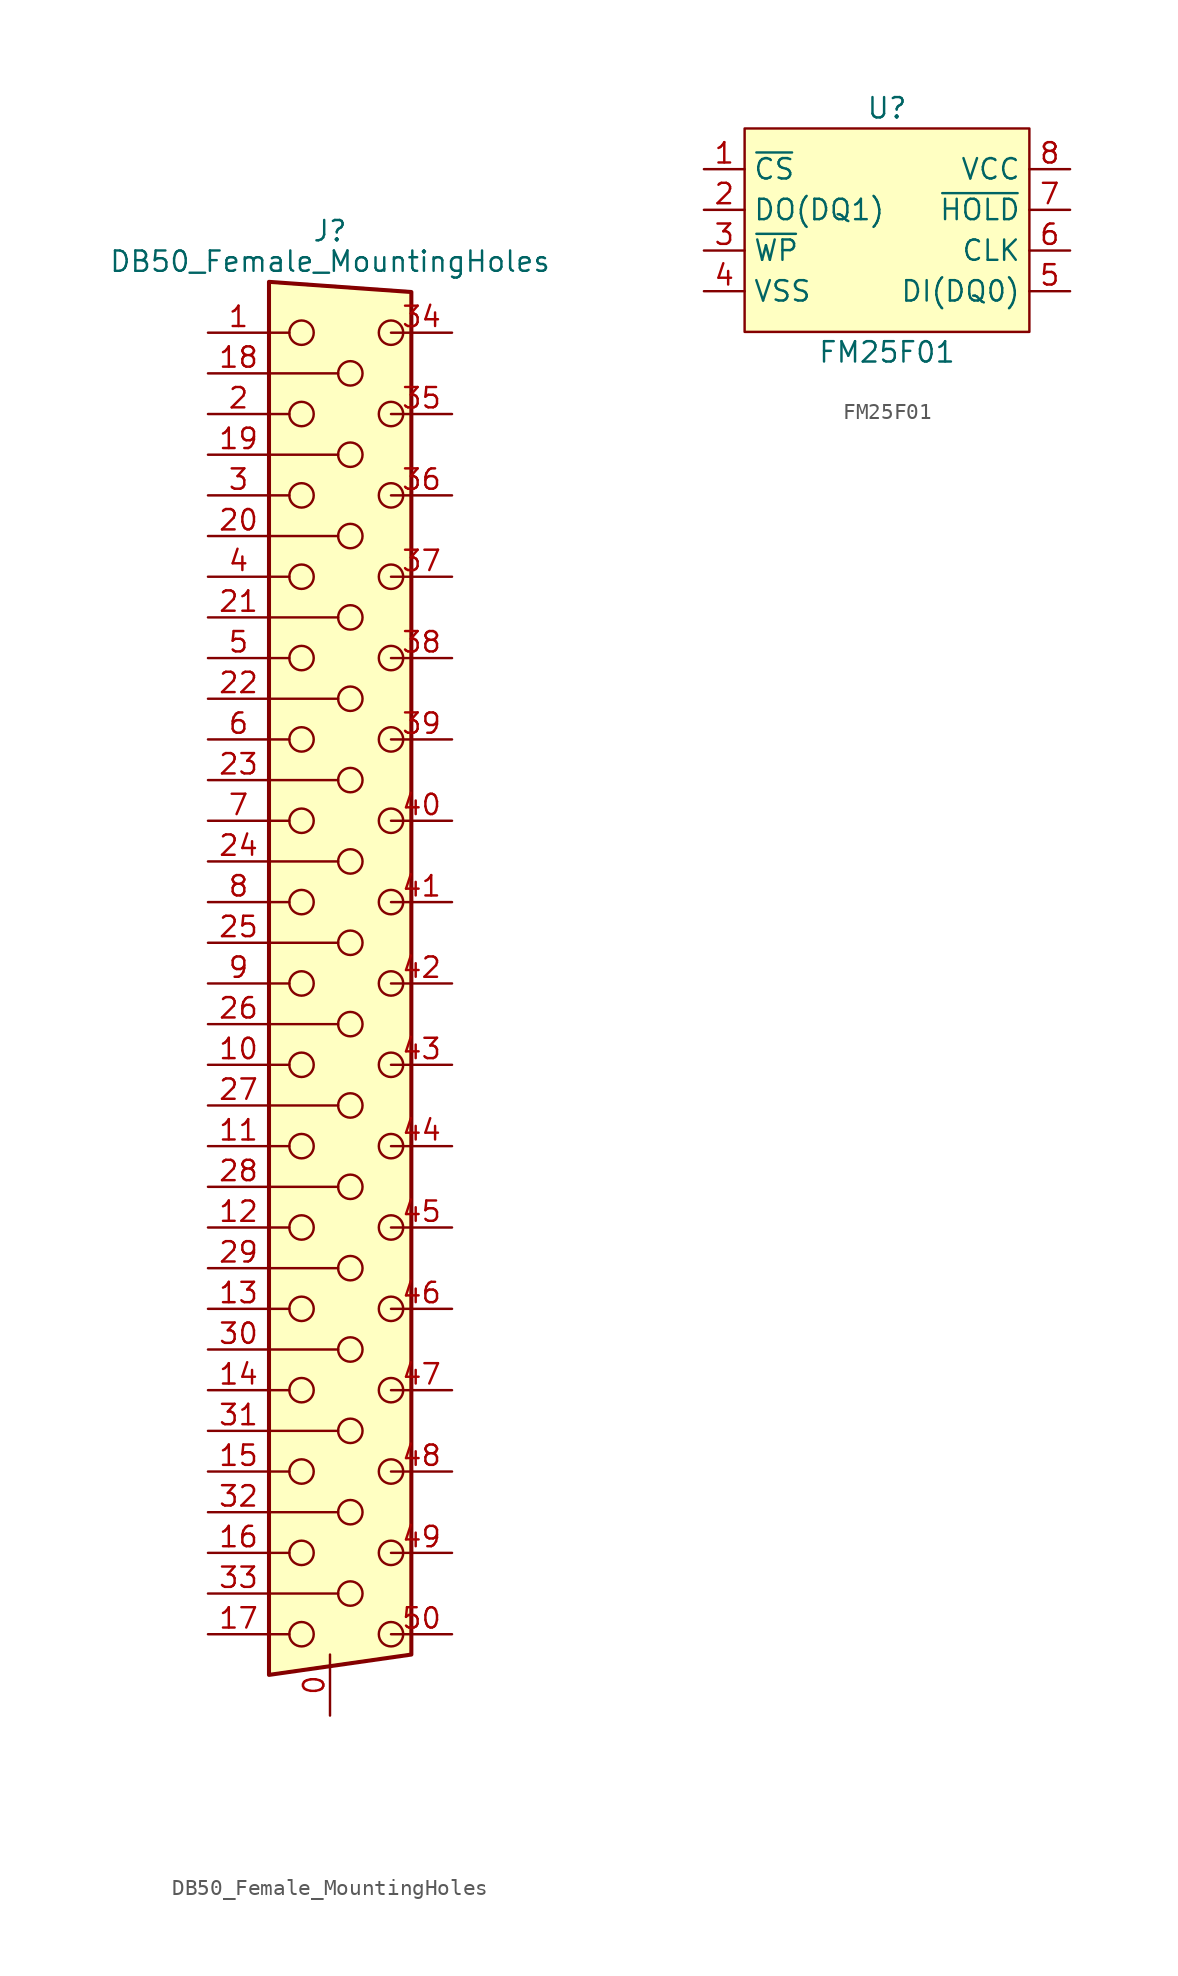
<source format=kicad_sym>
(kicad_symbol_lib
  (version 20241209)
  (generator "kicad_symbol_editor")
  (generator_version "9.0")
  (symbol "DB50_Female_MountingHoles"
    (pin_names
      (hide yes))
    (property "Reference" "J"
      (at -1.27 46.99 0)
      (effects (font (size 1.27 1.27))))
    (property "Value" "DB50_Female_MountingHoles"
      (at -1.27 45.085 0)
      (effects (font (size 1.27 1.27))))
    (symbol "DB50_Female_MountingHoles_0_1"
      (polyline (pts (xy -5.08 43.815) (xy 3.81 43.18) (xy 3.81 -41.91) (xy -5.08 -43.18) (xy -5.08 43.815)) (stroke (width 0.254) (type default)) (fill (type background)))
      (polyline (pts (xy -5.08 40.64) (xy -3.81 40.64)) (stroke (width 0) (type default)) (fill (type none)))
      (polyline (pts (xy -5.08 38.1) (xy -0.762 38.1)) (stroke (width 0) (type default)) (fill (type none)))
      (polyline (pts (xy -5.08 35.56) (xy -3.81 35.56)) (stroke (width 0) (type default)) (fill (type none)))
      (polyline (pts (xy -5.08 33.02) (xy -0.762 33.02)) (stroke (width 0) (type default)) (fill (type none)))
      (polyline (pts (xy -5.08 30.48) (xy -3.81 30.48)) (stroke (width 0) (type default)) (fill (type none)))
      (polyline (pts (xy -5.08 27.94) (xy -0.762 27.94)) (stroke (width 0) (type default)) (fill (type none)))
      (polyline (pts (xy -5.08 25.4) (xy -3.81 25.4)) (stroke (width 0) (type default)) (fill (type none)))
      (polyline (pts (xy -5.08 22.86) (xy -0.762 22.86)) (stroke (width 0) (type default)) (fill (type none)))
      (polyline (pts (xy -5.08 20.32) (xy -3.81 20.32)) (stroke (width 0) (type default)) (fill (type none)))
      (polyline (pts (xy -5.08 17.78) (xy -0.762 17.78)) (stroke (width 0) (type default)) (fill (type none)))
      (polyline (pts (xy -5.08 15.24) (xy -3.81 15.24)) (stroke (width 0) (type default)) (fill (type none)))
      (polyline (pts (xy -5.08 12.7) (xy -0.762 12.7)) (stroke (width 0) (type default)) (fill (type none)))
      (polyline (pts (xy -5.08 10.16) (xy -3.81 10.16)) (stroke (width 0) (type default)) (fill (type none)))
      (polyline (pts (xy -5.08 7.62) (xy -0.762 7.62)) (stroke (width 0) (type default)) (fill (type none)))
      (polyline (pts (xy -5.08 5.08) (xy -3.81 5.08)) (stroke (width 0) (type default)) (fill (type none)))
      (polyline (pts (xy -5.08 2.54) (xy -0.762 2.54)) (stroke (width 0) (type default)) (fill (type none)))
      (polyline (pts (xy -5.08 0) (xy -3.81 0)) (stroke (width 0) (type default)) (fill (type none)))
      (polyline (pts (xy -5.08 -2.54) (xy -0.762 -2.54)) (stroke (width 0) (type default)) (fill (type none)))
      (polyline (pts (xy -5.08 -5.08) (xy -3.81 -5.08)) (stroke (width 0) (type default)) (fill (type none)))
      (polyline (pts (xy -5.08 -7.62) (xy -0.762 -7.62)) (stroke (width 0) (type default)) (fill (type none)))
      (polyline (pts (xy -5.08 -10.16) (xy -3.81 -10.16)) (stroke (width 0) (type default)) (fill (type none)))
      (polyline (pts (xy -5.08 -12.7) (xy -0.762 -12.7)) (stroke (width 0) (type default)) (fill (type none)))
      (polyline (pts (xy -5.08 -15.24) (xy -3.81 -15.24)) (stroke (width 0) (type default)) (fill (type none)))
      (polyline (pts (xy -5.08 -17.78) (xy -0.762 -17.78)) (stroke (width 0) (type default)) (fill (type none)))
      (polyline (pts (xy -5.08 -20.32) (xy -3.81 -20.32)) (stroke (width 0) (type default)) (fill (type none)))
      (polyline (pts (xy -5.08 -22.86) (xy -0.762 -22.86)) (stroke (width 0) (type default)) (fill (type none)))
      (polyline (pts (xy -5.08 -25.4) (xy -3.81 -25.4)) (stroke (width 0) (type default)) (fill (type none)))
      (polyline (pts (xy -5.08 -27.94) (xy -0.762 -27.94)) (stroke (width 0) (type default)) (fill (type none)))
      (polyline (pts (xy -5.08 -30.48) (xy -3.81 -30.48)) (stroke (width 0) (type default)) (fill (type none)))
      (polyline (pts (xy -5.08 -33.02) (xy -0.762 -33.02)) (stroke (width 0) (type default)) (fill (type none)))
      (polyline (pts (xy -5.08 -35.56) (xy -3.81 -35.56)) (stroke (width 0) (type default)) (fill (type none)))
      (polyline (pts (xy -5.08 -38.1) (xy -0.762 -38.1)) (stroke (width 0) (type default)) (fill (type none)))
      (polyline (pts (xy -5.08 -40.64) (xy -3.81 -40.64)) (stroke (width 0) (type default)) (fill (type none)))
      (circle (center -3.048 40.64) (radius 0.762) (stroke (width 0) (type default)) (fill (type none)))
      (circle (center -3.048 35.56) (radius 0.762) (stroke (width 0) (type default)) (fill (type none)))
      (circle (center -3.048 30.48) (radius 0.762) (stroke (width 0) (type default)) (fill (type none)))
      (circle (center -3.048 25.4) (radius 0.762) (stroke (width 0) (type default)) (fill (type none)))
      (circle (center -3.048 20.32) (radius 0.762) (stroke (width 0) (type default)) (fill (type none)))
      (circle (center -3.048 15.24) (radius 0.762) (stroke (width 0) (type default)) (fill (type none)))
      (circle (center -3.048 10.16) (radius 0.762) (stroke (width 0) (type default)) (fill (type none)))
      (circle (center -3.048 5.08) (radius 0.762) (stroke (width 0) (type default)) (fill (type none)))
      (circle (center -3.048 0) (radius 0.762) (stroke (width 0) (type default)) (fill (type none)))
      (circle (center -3.048 -5.08) (radius 0.762) (stroke (width 0) (type default)) (fill (type none)))
      (circle (center -3.048 -10.16) (radius 0.762) (stroke (width 0) (type default)) (fill (type none)))
      (circle (center -3.048 -15.24) (radius 0.762) (stroke (width 0) (type default)) (fill (type none)))
      (circle (center -3.048 -20.32) (radius 0.762) (stroke (width 0) (type default)) (fill (type none)))
      (circle (center -3.048 -25.4) (radius 0.762) (stroke (width 0) (type default)) (fill (type none)))
      (circle (center -3.048 -30.48) (radius 0.762) (stroke (width 0) (type default)) (fill (type none)))
      (circle (center -3.048 -35.56) (radius 0.762) (stroke (width 0) (type default)) (fill (type none)))
      (circle (center -3.048 -40.64) (radius 0.762) (stroke (width 0) (type default)) (fill (type none)))
      (circle (center 0 38.1) (radius 0.762) (stroke (width 0) (type default)) (fill (type none)))
      (circle (center 0 33.02) (radius 0.762) (stroke (width 0) (type default)) (fill (type none)))
      (circle (center 0 27.94) (radius 0.762) (stroke (width 0) (type default)) (fill (type none)))
      (circle (center 0 22.86) (radius 0.762) (stroke (width 0) (type default)) (fill (type none)))
      (circle (center 0 17.78) (radius 0.762) (stroke (width 0) (type default)) (fill (type none)))
      (circle (center 0 12.7) (radius 0.762) (stroke (width 0) (type default)) (fill (type none)))
      (circle (center 0 7.62) (radius 0.762) (stroke (width 0) (type default)) (fill (type none)))
      (circle (center 0 2.54) (radius 0.762) (stroke (width 0) (type default)) (fill (type none)))
      (circle (center 0 -2.54) (radius 0.762) (stroke (width 0) (type default)) (fill (type none)))
      (circle (center 0 -7.62) (radius 0.762) (stroke (width 0) (type default)) (fill (type none)))
      (circle (center 0 -12.7) (radius 0.762) (stroke (width 0) (type default)) (fill (type none)))
      (circle (center 0 -17.78) (radius 0.762) (stroke (width 0) (type default)) (fill (type none)))
      (circle (center 0 -22.86) (radius 0.762) (stroke (width 0) (type default)) (fill (type none)))
      (circle (center 0 -27.94) (radius 0.762) (stroke (width 0) (type default)) (fill (type none)))
      (circle (center 0 -33.02) (radius 0.762) (stroke (width 0) (type default)) (fill (type none)))
      (circle (center 0 -38.1) (radius 0.762) (stroke (width 0) (type default)) (fill (type none)))
      (circle (center 2.54 40.64) (radius 0.762) (stroke (width 0) (type default)) (fill (type none)))
      (circle (center 2.54 35.56) (radius 0.762) (stroke (width 0) (type default)) (fill (type none)))
      (circle (center 2.54 30.48) (radius 0.762) (stroke (width 0) (type default)) (fill (type none)))
      (circle (center 2.54 25.4) (radius 0.762) (stroke (width 0) (type default)) (fill (type none)))
      (circle (center 2.54 20.32) (radius 0.762) (stroke (width 0) (type default)) (fill (type none)))
      (circle (center 2.54 15.24) (radius 0.762) (stroke (width 0) (type default)) (fill (type none)))
      (circle (center 2.54 10.16) (radius 0.762) (stroke (width 0) (type default)) (fill (type none)))
      (circle (center 2.54 5.08) (radius 0.762) (stroke (width 0) (type default)) (fill (type none)))
      (circle (center 2.54 0) (radius 0.762) (stroke (width 0) (type default)) (fill (type none)))
      (circle (center 2.54 -5.08) (radius 0.762) (stroke (width 0) (type default)) (fill (type none)))
      (circle (center 2.54 -10.16) (radius 0.762) (stroke (width 0) (type default)) (fill (type none)))
      (circle (center 2.54 -15.24) (radius 0.762) (stroke (width 0) (type default)) (fill (type none)))
      (circle (center 2.54 -20.32) (radius 0.762) (stroke (width 0) (type default)) (fill (type none)))
      (circle (center 2.54 -25.4) (radius 0.762) (stroke (width 0) (type default)) (fill (type none)))
      (circle (center 2.54 -30.48) (radius 0.762) (stroke (width 0) (type default)) (fill (type none)))
      (circle (center 2.54 -35.56) (radius 0.762) (stroke (width 0) (type default)) (fill (type none)))
      (circle (center 2.54 -40.64) (radius 0.762) (stroke (width 0) (type default)) (fill (type none))))
    (symbol "DB50_Female_MountingHoles_1_1"
      (pin passive line (at -8.89 40.64 0) (length 3.81) (name "1" (effects (font (size 1.27 1.27)))) (number "1" (effects (font (size 1.27 1.27)))))
      (pin passive line (at -8.89 38.1 0) (length 3.81) (name "18" (effects (font (size 1.27 1.27)))) (number "18" (effects (font (size 1.27 1.27)))))
      (pin passive line (at -8.89 35.56 0) (length 3.81) (name "2" (effects (font (size 1.27 1.27)))) (number "2" (effects (font (size 1.27 1.27)))))
      (pin passive line (at -8.89 33.02 0) (length 3.81) (name "19" (effects (font (size 1.27 1.27)))) (number "19" (effects (font (size 1.27 1.27)))))
      (pin passive line (at -8.89 30.48 0) (length 3.81) (name "3" (effects (font (size 1.27 1.27)))) (number "3" (effects (font (size 1.27 1.27)))))
      (pin passive line (at -8.89 27.94 0) (length 3.81) (name "20" (effects (font (size 1.27 1.27)))) (number "20" (effects (font (size 1.27 1.27)))))
      (pin passive line (at -8.89 25.4 0) (length 3.81) (name "4" (effects (font (size 1.27 1.27)))) (number "4" (effects (font (size 1.27 1.27)))))
      (pin passive line (at -8.89 22.86 0) (length 3.81) (name "21" (effects (font (size 1.27 1.27)))) (number "21" (effects (font (size 1.27 1.27)))))
      (pin passive line (at -8.89 20.32 0) (length 3.81) (name "5" (effects (font (size 1.27 1.27)))) (number "5" (effects (font (size 1.27 1.27)))))
      (pin passive line (at -8.89 17.78 0) (length 3.81) (name "22" (effects (font (size 1.27 1.27)))) (number "22" (effects (font (size 1.27 1.27)))))
      (pin passive line (at -8.89 15.24 0) (length 3.81) (name "6" (effects (font (size 1.27 1.27)))) (number "6" (effects (font (size 1.27 1.27)))))
      (pin passive line (at -8.89 12.7 0) (length 3.81) (name "23" (effects (font (size 1.27 1.27)))) (number "23" (effects (font (size 1.27 1.27)))))
      (pin passive line (at -8.89 10.16 0) (length 3.81) (name "7" (effects (font (size 1.27 1.27)))) (number "7" (effects (font (size 1.27 1.27)))))
      (pin passive line (at -8.89 7.62 0) (length 3.81) (name "24" (effects (font (size 1.27 1.27)))) (number "24" (effects (font (size 1.27 1.27)))))
      (pin passive line (at -8.89 5.08 0) (length 3.81) (name "8" (effects (font (size 1.27 1.27)))) (number "8" (effects (font (size 1.27 1.27)))))
      (pin passive line (at -8.89 2.54 0) (length 3.81) (name "25" (effects (font (size 1.27 1.27)))) (number "25" (effects (font (size 1.27 1.27)))))
      (pin passive line (at -8.89 0 0) (length 3.81) (name "9" (effects (font (size 1.27 1.27)))) (number "9" (effects (font (size 1.27 1.27)))))
      (pin passive line (at -8.89 -2.54 0) (length 3.81) (name "26" (effects (font (size 1.27 1.27)))) (number "26" (effects (font (size 1.27 1.27)))))
      (pin passive line (at -8.89 -5.08 0) (length 3.81) (name "10" (effects (font (size 1.27 1.27)))) (number "10" (effects (font (size 1.27 1.27)))))
      (pin passive line (at -8.89 -7.62 0) (length 3.81) (name "27" (effects (font (size 1.27 1.27)))) (number "27" (effects (font (size 1.27 1.27)))))
      (pin passive line (at -8.89 -10.16 0) (length 3.81) (name "11" (effects (font (size 1.27 1.27)))) (number "11" (effects (font (size 1.27 1.27)))))
      (pin passive line (at -8.89 -12.7 0) (length 3.81) (name "28" (effects (font (size 1.27 1.27)))) (number "28" (effects (font (size 1.27 1.27)))))
      (pin passive line (at -8.89 -15.24 0) (length 3.81) (name "12" (effects (font (size 1.27 1.27)))) (number "12" (effects (font (size 1.27 1.27)))))
      (pin passive line (at -8.89 -17.78 0) (length 3.81) (name "29" (effects (font (size 1.27 1.27)))) (number "29" (effects (font (size 1.27 1.27)))))
      (pin passive line (at -8.89 -20.32 0) (length 3.81) (name "13" (effects (font (size 1.27 1.27)))) (number "13" (effects (font (size 1.27 1.27)))))
      (pin passive line (at -8.89 -22.86 0) (length 3.81) (name "30" (effects (font (size 1.27 1.27)))) (number "30" (effects (font (size 1.27 1.27)))))
      (pin passive line (at -8.89 -25.4 0) (length 3.81) (name "14" (effects (font (size 1.27 1.27)))) (number "14" (effects (font (size 1.27 1.27)))))
      (pin passive line (at -8.89 -27.94 0) (length 3.81) (name "31" (effects (font (size 1.27 1.27)))) (number "31" (effects (font (size 1.27 1.27)))))
      (pin passive line (at -8.89 -30.48 0) (length 3.81) (name "15" (effects (font (size 1.27 1.27)))) (number "15" (effects (font (size 1.27 1.27)))))
      (pin passive line (at -8.89 -33.02 0) (length 3.81) (name "32" (effects (font (size 1.27 1.27)))) (number "32" (effects (font (size 1.27 1.27)))))
      (pin passive line (at -8.89 -35.56 0) (length 3.81) (name "16" (effects (font (size 1.27 1.27)))) (number "16" (effects (font (size 1.27 1.27)))))
      (pin passive line (at -8.89 -38.1 0) (length 3.81) (name "33" (effects (font (size 1.27 1.27)))) (number "33" (effects (font (size 1.27 1.27)))))
      (pin passive line (at -8.89 -40.64 0) (length 3.81) (name "17" (effects (font (size 1.27 1.27)))) (number "17" (effects (font (size 1.27 1.27)))))
      (pin passive line (at -1.27 -45.72 90) (length 3.81) (name "0" (effects (font (size 1.27 1.27)))) (number "0" (effects (font (size 1.27 1.27)))))
      (pin passive line (at 6.35 40.64 180) (length 3.81) (name "34" (effects (font (size 1.27 1.27)))) (number "34" (effects (font (size 1.27 1.27)))))
      (pin passive line (at 6.35 35.56 180) (length 3.81) (name "35" (effects (font (size 1.27 1.27)))) (number "35" (effects (font (size 1.27 1.27)))))
      (pin passive line (at 6.35 30.48 180) (length 3.81) (name "36" (effects (font (size 1.27 1.27)))) (number "36" (effects (font (size 1.27 1.27)))))
      (pin passive line (at 6.35 25.4 180) (length 3.81) (name "37" (effects (font (size 1.27 1.27)))) (number "37" (effects (font (size 1.27 1.27)))))
      (pin passive line (at 6.35 20.32 180) (length 3.81) (name "38" (effects (font (size 1.27 1.27)))) (number "38" (effects (font (size 1.27 1.27)))))
      (pin passive line (at 6.35 15.24 180) (length 3.81) (name "39" (effects (font (size 1.27 1.27)))) (number "39" (effects (font (size 1.27 1.27)))))
      (pin passive line (at 6.35 10.16 180) (length 3.81) (name "40" (effects (font (size 1.27 1.27)))) (number "40" (effects (font (size 1.27 1.27)))))
      (pin passive line (at 6.35 5.08 180) (length 3.81) (name "41" (effects (font (size 1.27 1.27)))) (number "41" (effects (font (size 1.27 1.27)))))
      (pin passive line (at 6.35 0 180) (length 3.81) (name "42" (effects (font (size 1.27 1.27)))) (number "42" (effects (font (size 1.27 1.27)))))
      (pin passive line (at 6.35 -5.08 180) (length 3.81) (name "43" (effects (font (size 1.27 1.27)))) (number "43" (effects (font (size 1.27 1.27)))))
      (pin passive line (at 6.35 -10.16 180) (length 3.81) (name "44" (effects (font (size 1.27 1.27)))) (number "44" (effects (font (size 1.27 1.27)))))
      (pin passive line (at 6.35 -15.24 180) (length 3.81) (name "45" (effects (font (size 1.27 1.27)))) (number "45" (effects (font (size 1.27 1.27)))))
      (pin passive line (at 6.35 -20.32 180) (length 3.81) (name "46" (effects (font (size 1.27 1.27)))) (number "46" (effects (font (size 1.27 1.27)))))
      (pin passive line (at 6.35 -25.4 180) (length 3.81) (name "47" (effects (font (size 1.27 1.27)))) (number "47" (effects (font (size 1.27 1.27)))))
      (pin passive line (at 6.35 -30.48 180) (length 3.81) (name "48" (effects (font (size 1.27 1.27)))) (number "48" (effects (font (size 1.27 1.27)))))
      (pin passive line (at 6.35 -35.56 180) (length 3.81) (name "49" (effects (font (size 1.27 1.27)))) (number "49" (effects (font (size 1.27 1.27)))))
      (pin passive line (at 6.35 -40.64 180) (length 3.81) (name "50" (effects (font (size 1.27 1.27)))) (number "50" (effects (font (size 1.27 1.27)))))))
  (symbol "FM25F01"
    (property "Reference" "U"
      (at 0 7.62 0)
      (effects (font (size 1.27 1.27))))
    (property "Value" "FM25F01"
      (at 0 -7.62 0)
      (effects (font (size 1.27 1.27))))
    (symbol "FM25F01_0_1"
      (rectangle (start -8.89 6.35) (end 8.89 -6.35) (stroke (width 0) (type default)) (fill (type background))))
    (symbol "FM25F01_1_1"
      (pin input line (at -11.43 3.81 0) (length 2.54) (name "~{CS}" (effects (font (size 1.27 1.27)))) (number "1" (effects (font (size 1.27 1.27)))))
      (pin bidirectional line (at -11.43 1.27 0) (length 2.54) (name "DO(DQ1)" (effects (font (size 1.27 1.27)))) (number "2" (effects (font (size 1.27 1.27)))))
      (pin input line (at -11.43 -1.27 0) (length 2.54) (name "~{WP}" (effects (font (size 1.27 1.27)))) (number "3" (effects (font (size 1.27 1.27)))))
      (pin power_in line (at -11.43 -3.81 0) (length 2.54) (name "VSS" (effects (font (size 1.27 1.27)))) (number "4" (effects (font (size 1.27 1.27)))))
      (pin power_in line (at 11.43 3.81 180) (length 2.54) (name "VCC" (effects (font (size 1.27 1.27)))) (number "8" (effects (font (size 1.27 1.27)))))
      (pin input line (at 11.43 1.27 180) (length 2.54) (name "~{HOLD}" (effects (font (size 1.27 1.27)))) (number "7" (effects (font (size 1.27 1.27)))))
      (pin input line (at 11.43 -1.27 180) (length 2.54) (name "CLK" (effects (font (size 1.27 1.27)))) (number "6" (effects (font (size 1.27 1.27)))))
      (pin bidirectional line (at 11.43 -3.81 180) (length 2.54) (name "DI(DQ0)" (effects (font (size 1.27 1.27)))) (number "5" (effects (font (size 1.27 1.27))))))))
</source>
